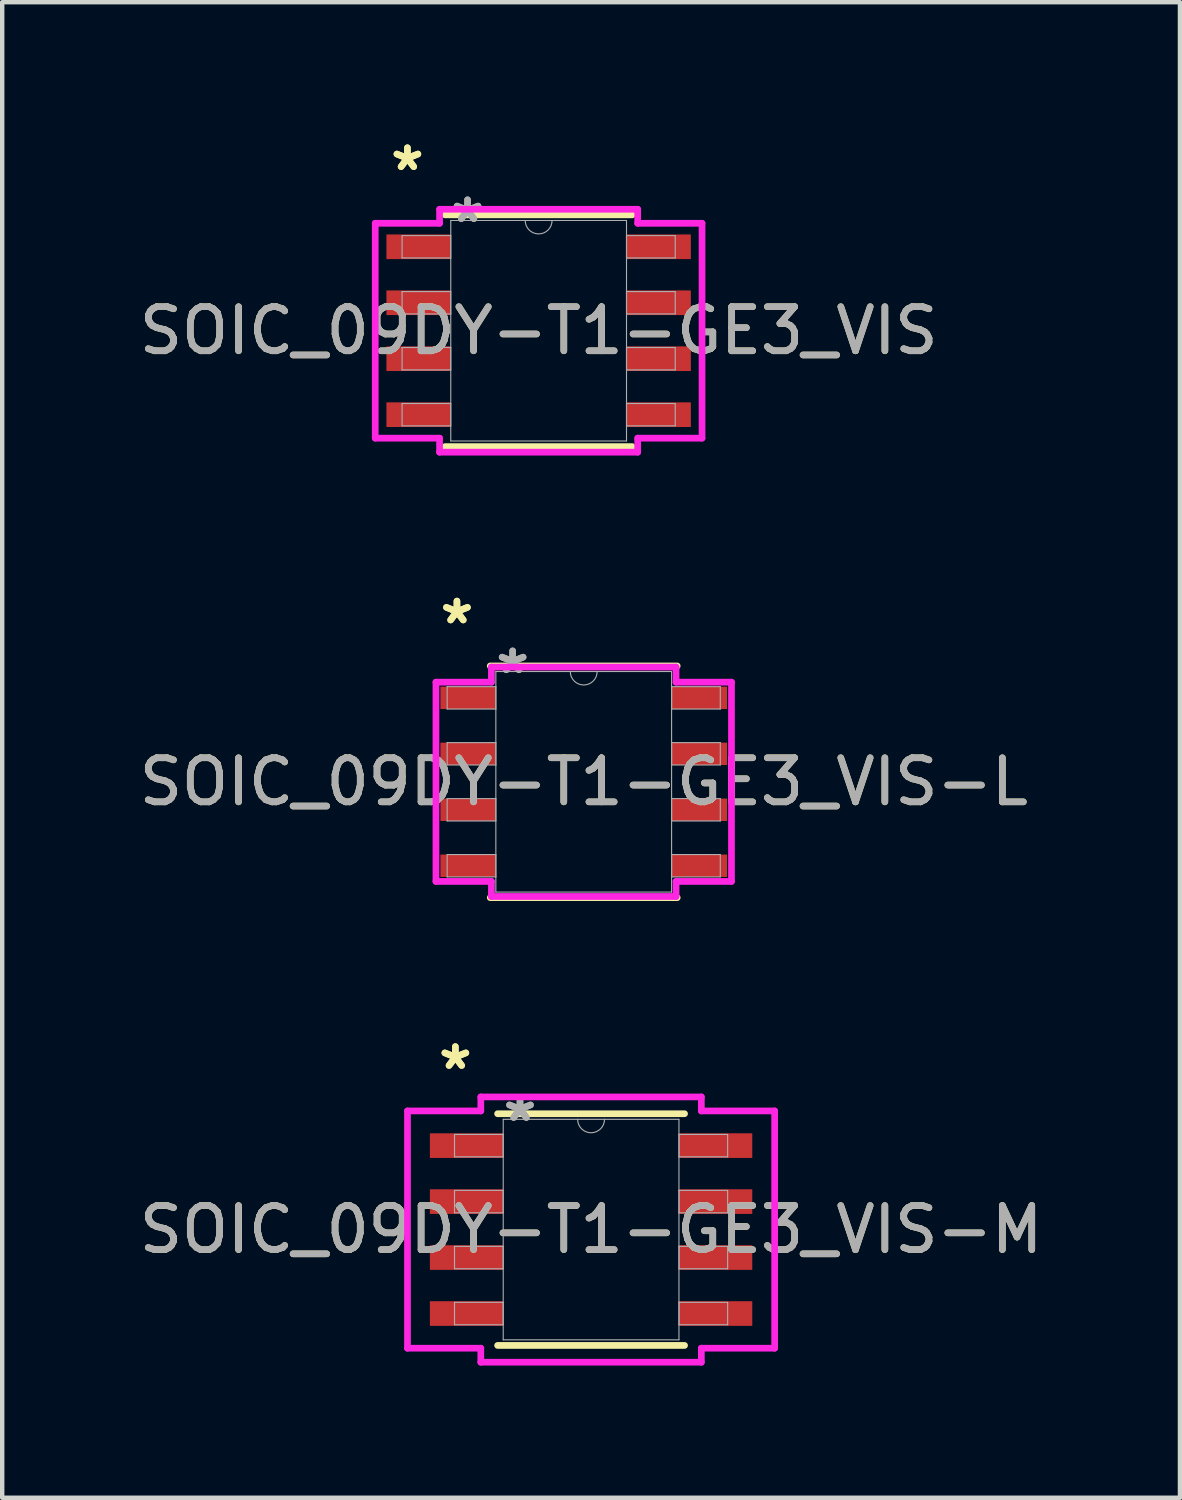
<source format=kicad_pcb>
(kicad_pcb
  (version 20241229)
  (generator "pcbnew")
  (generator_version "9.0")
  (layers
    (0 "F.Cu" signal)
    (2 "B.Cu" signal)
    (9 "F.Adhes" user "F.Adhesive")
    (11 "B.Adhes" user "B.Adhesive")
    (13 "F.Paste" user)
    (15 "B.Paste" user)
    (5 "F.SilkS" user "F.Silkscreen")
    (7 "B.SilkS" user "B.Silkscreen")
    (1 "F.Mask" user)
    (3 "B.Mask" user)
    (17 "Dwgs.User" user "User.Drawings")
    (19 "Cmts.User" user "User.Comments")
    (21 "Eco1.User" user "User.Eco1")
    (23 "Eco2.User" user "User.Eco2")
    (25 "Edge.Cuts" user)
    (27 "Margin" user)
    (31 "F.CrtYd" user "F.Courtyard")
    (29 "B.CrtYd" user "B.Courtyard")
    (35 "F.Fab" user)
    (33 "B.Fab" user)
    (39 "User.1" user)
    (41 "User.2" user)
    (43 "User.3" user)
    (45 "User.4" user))
  (footprint "SOIC_09DY-T1-GE3_VIS-L"
    (layer "F.Cu")
    (at 10.196 14.691)
    (property "Reference" "SOIC_09DY-T1-GE3_VIS-L" (at 0 0 0) (unlocked yes) (layer "F.SilkS") (effects (font (size 1 1) (thickness 0.15))))
    (attr smd)
    (fp_line (start -2.121 2.629) (end 2.121 2.629) (stroke (width 0.152) (type solid)) (layer "F.SilkS"))
    (fp_line (start 2.121 -2.629) (end -2.121 -2.629) (stroke (width 0.152) (type solid)) (layer "F.SilkS"))
    (fp_line (start -3.353 -2.261) (end -2.095 -2.261) (stroke (width 0.152) (type solid)) (layer "F.CrtYd"))
    (fp_line (start -3.353 2.261) (end -3.353 -2.261) (stroke (width 0.152) (type solid)) (layer "F.CrtYd"))
    (fp_line (start -3.353 2.261) (end -2.095 2.261) (stroke (width 0.152) (type solid)) (layer "F.CrtYd"))
    (fp_line (start -2.095 -2.603) (end 2.095 -2.603) (stroke (width 0.152) (type solid)) (layer "F.CrtYd"))
    (fp_line (start -2.095 -2.261) (end -2.095 -2.603) (stroke (width 0.152) (type solid)) (layer "F.CrtYd"))
    (fp_line (start -2.095 2.603) (end -2.095 2.261) (stroke (width 0.152) (type solid)) (layer "F.CrtYd"))
    (fp_line (start 2.095 -2.603) (end 2.095 -2.261) (stroke (width 0.152) (type solid)) (layer "F.CrtYd"))
    (fp_line (start 2.095 2.261) (end 2.095 2.603) (stroke (width 0.152) (type solid)) (layer "F.CrtYd"))
    (fp_line (start 2.095 2.603) (end -2.095 2.603) (stroke (width 0.152) (type solid)) (layer "F.CrtYd"))
    (fp_line (start 3.353 -2.261) (end 2.095 -2.261) (stroke (width 0.152) (type solid)) (layer "F.CrtYd"))
    (fp_line (start 3.353 -2.261) (end 3.353 2.261) (stroke (width 0.152) (type solid)) (layer "F.CrtYd"))
    (fp_line (start 3.353 2.261) (end 2.095 2.261) (stroke (width 0.152) (type solid)) (layer "F.CrtYd"))
    (fp_line (start -3.099 -2.159) (end -3.099 -1.651) (stroke (width 0.025) (type solid)) (layer "F.Fab"))
    (fp_line (start -3.099 -1.651) (end -1.994 -1.651) (stroke (width 0.025) (type solid)) (layer "F.Fab"))
    (fp_line (start -3.099 -0.889) (end -3.099 -0.381) (stroke (width 0.025) (type solid)) (layer "F.Fab"))
    (fp_line (start -3.099 -0.381) (end -1.994 -0.381) (stroke (width 0.025) (type solid)) (layer "F.Fab"))
    (fp_line (start -3.099 0.381) (end -3.099 0.889) (stroke (width 0.025) (type solid)) (layer "F.Fab"))
    (fp_line (start -3.099 0.889) (end -1.994 0.889) (stroke (width 0.025) (type solid)) (layer "F.Fab"))
    (fp_line (start -3.099 1.651) (end -3.099 2.159) (stroke (width 0.025) (type solid)) (layer "F.Fab"))
    (fp_line (start -3.099 2.159) (end -1.994 2.159) (stroke (width 0.025) (type solid)) (layer "F.Fab"))
    (fp_line (start -1.994 -2.502) (end -1.994 2.502) (stroke (width 0.025) (type solid)) (layer "F.Fab"))
    (fp_line (start -1.994 -2.159) (end -3.099 -2.159) (stroke (width 0.025) (type solid)) (layer "F.Fab"))
    (fp_line (start -1.994 -1.651) (end -1.994 -2.159) (stroke (width 0.025) (type solid)) (layer "F.Fab"))
    (fp_line (start -1.994 -0.889) (end -3.099 -0.889) (stroke (width 0.025) (type solid)) (layer "F.Fab"))
    (fp_line (start -1.994 -0.381) (end -1.994 -0.889) (stroke (width 0.025) (type solid)) (layer "F.Fab"))
    (fp_line (start -1.994 0.381) (end -3.099 0.381) (stroke (width 0.025) (type solid)) (layer "F.Fab"))
    (fp_line (start -1.994 0.889) (end -1.994 0.381) (stroke (width 0.025) (type solid)) (layer "F.Fab"))
    (fp_line (start -1.994 1.651) (end -3.099 1.651) (stroke (width 0.025) (type solid)) (layer "F.Fab"))
    (fp_line (start -1.994 2.159) (end -1.994 1.651) (stroke (width 0.025) (type solid)) (layer "F.Fab"))
    (fp_line (start -1.994 2.502) (end 1.994 2.502) (stroke (width 0.025) (type solid)) (layer "F.Fab"))
    (fp_line (start 1.994 -2.502) (end -1.994 -2.502) (stroke (width 0.025) (type solid)) (layer "F.Fab"))
    (fp_line (start 1.994 -2.159) (end 1.994 -1.651) (stroke (width 0.025) (type solid)) (layer "F.Fab"))
    (fp_line (start 1.994 -1.651) (end 3.099 -1.651) (stroke (width 0.025) (type solid)) (layer "F.Fab"))
    (fp_line (start 1.994 -0.889) (end 1.994 -0.381) (stroke (width 0.025) (type solid)) (layer "F.Fab"))
    (fp_line (start 1.994 -0.381) (end 3.099 -0.381) (stroke (width 0.025) (type solid)) (layer "F.Fab"))
    (fp_line (start 1.994 0.381) (end 1.994 0.889) (stroke (width 0.025) (type solid)) (layer "F.Fab"))
    (fp_line (start 1.994 0.889) (end 3.099 0.889) (stroke (width 0.025) (type solid)) (layer "F.Fab"))
    (fp_line (start 1.994 1.651) (end 1.994 2.159) (stroke (width 0.025) (type solid)) (layer "F.Fab"))
    (fp_line (start 1.994 2.159) (end 3.099 2.159) (stroke (width 0.025) (type solid)) (layer "F.Fab"))
    (fp_line (start 1.994 2.502) (end 1.994 -2.502) (stroke (width 0.025) (type solid)) (layer "F.Fab"))
    (fp_line (start 3.099 -2.159) (end 1.994 -2.159) (stroke (width 0.025) (type solid)) (layer "F.Fab"))
    (fp_line (start 3.099 -1.651) (end 3.099 -2.159) (stroke (width 0.025) (type solid)) (layer "F.Fab"))
    (fp_line (start 3.099 -0.889) (end 1.994 -0.889) (stroke (width 0.025) (type solid)) (layer "F.Fab"))
    (fp_line (start 3.099 -0.381) (end 3.099 -0.889) (stroke (width 0.025) (type solid)) (layer "F.Fab"))
    (fp_line (start 3.099 0.381) (end 1.994 0.381) (stroke (width 0.025) (type solid)) (layer "F.Fab"))
    (fp_line (start 3.099 0.889) (end 3.099 0.381) (stroke (width 0.025) (type solid)) (layer "F.Fab"))
    (fp_line (start 3.099 1.651) (end 1.994 1.651) (stroke (width 0.025) (type solid)) (layer "F.Fab"))
    (fp_line (start 3.099 2.159) (end 3.099 1.651) (stroke (width 0.025) (type solid)) (layer "F.Fab"))
    (fp_arc (start 0.3048 -2.5019) (mid 0 -2.1971) (end -0.3048 -2.5019) (stroke (width 0.0254) (type solid)) (layer "F.Fab"))
    (fp_text user "*" (at -2.877 -3.556 0) (unlocked yes) (layer "F.SilkS") (effects (font (size 1 1) (thickness 0.15))))
    (fp_text user "*" (at -2.877 -3.556 0) (layer "F.SilkS") (effects (font (size 1 1) (thickness 0.15))))
    (fp_text user "${REFERENCE}" (at 0 0 0) (unlocked yes) (layer "F.Fab") (effects (font (size 1 1) (thickness 0.15))))
    (fp_text user "*" (at -1.613 -2.426 0) (unlocked yes) (layer "F.Fab") (effects (font (size 1 1) (thickness 0.15))))
    (fp_text user "*" (at -1.613 -2.426 0) (layer "F.Fab") (effects (font (size 1 1) (thickness 0.15))))
    (pad "1" smd rect (at -2.623 -1.905) (size 1.257 0.508) (layers "F.Cu" "F.Mask" "F.Paste"))
    (pad "2" smd rect (at -2.623 -0.635) (size 1.257 0.508) (layers "F.Cu" "F.Mask" "F.Paste"))
    (pad "3" smd rect (at -2.623 0.635) (size 1.257 0.508) (layers "F.Cu" "F.Mask" "F.Paste"))
    (pad "4" smd rect (at -2.623 1.905) (size 1.257 0.508) (layers "F.Cu" "F.Mask" "F.Paste"))
    (pad "5" smd rect (at 2.623 1.905) (size 1.257 0.508) (layers "F.Cu" "F.Mask" "F.Paste"))
    (pad "6" smd rect (at 2.623 0.635) (size 1.257 0.508) (layers "F.Cu" "F.Mask" "F.Paste"))
    (pad "7" smd rect (at 2.623 -0.635) (size 1.257 0.508) (layers "F.Cu" "F.Mask" "F.Paste"))
    (pad "8" smd rect (at 2.623 -1.905) (size 1.257 0.508) (layers "F.Cu" "F.Mask" "F.Paste")))
  (footprint "SOIC_09DY-T1-GE3_VIS-M"
    (layer "F.Cu")
    (at 10.363 24.852)
    (property "Reference" "SOIC_09DY-T1-GE3_VIS-M" (at 0 0 0) (unlocked yes) (layer "F.SilkS") (effects (font (size 1 1) (thickness 0.15))))
    (attr smd)
    (fp_line (start -2.121 2.629) (end 2.121 2.629) (stroke (width 0.152) (type solid)) (layer "F.SilkS"))
    (fp_line (start 2.121 -2.629) (end -2.121 -2.629) (stroke (width 0.152) (type solid)) (layer "F.SilkS"))
    (fp_line (start -4.166 -2.692) (end -2.502 -2.692) (stroke (width 0.152) (type solid)) (layer "F.CrtYd"))
    (fp_line (start -4.166 2.692) (end -4.166 -2.692) (stroke (width 0.152) (type solid)) (layer "F.CrtYd"))
    (fp_line (start -4.166 2.692) (end -2.502 2.692) (stroke (width 0.152) (type solid)) (layer "F.CrtYd"))
    (fp_line (start -2.502 -3.01) (end 2.502 -3.01) (stroke (width 0.152) (type solid)) (layer "F.CrtYd"))
    (fp_line (start -2.502 -2.692) (end -2.502 -3.01) (stroke (width 0.152) (type solid)) (layer "F.CrtYd"))
    (fp_line (start -2.502 3.01) (end -2.502 2.692) (stroke (width 0.152) (type solid)) (layer "F.CrtYd"))
    (fp_line (start 2.502 -3.01) (end 2.502 -2.692) (stroke (width 0.152) (type solid)) (layer "F.CrtYd"))
    (fp_line (start 2.502 2.692) (end 2.502 3.01) (stroke (width 0.152) (type solid)) (layer "F.CrtYd"))
    (fp_line (start 2.502 3.01) (end -2.502 3.01) (stroke (width 0.152) (type solid)) (layer "F.CrtYd"))
    (fp_line (start 4.166 -2.692) (end 2.502 -2.692) (stroke (width 0.152) (type solid)) (layer "F.CrtYd"))
    (fp_line (start 4.166 -2.692) (end 4.166 2.692) (stroke (width 0.152) (type solid)) (layer "F.CrtYd"))
    (fp_line (start 4.166 2.692) (end 2.502 2.692) (stroke (width 0.152) (type solid)) (layer "F.CrtYd"))
    (fp_line (start -3.099 -2.159) (end -3.099 -1.651) (stroke (width 0.025) (type solid)) (layer "F.Fab"))
    (fp_line (start -3.099 -1.651) (end -1.994 -1.651) (stroke (width 0.025) (type solid)) (layer "F.Fab"))
    (fp_line (start -3.099 -0.889) (end -3.099 -0.381) (stroke (width 0.025) (type solid)) (layer "F.Fab"))
    (fp_line (start -3.099 -0.381) (end -1.994 -0.381) (stroke (width 0.025) (type solid)) (layer "F.Fab"))
    (fp_line (start -3.099 0.381) (end -3.099 0.889) (stroke (width 0.025) (type solid)) (layer "F.Fab"))
    (fp_line (start -3.099 0.889) (end -1.994 0.889) (stroke (width 0.025) (type solid)) (layer "F.Fab"))
    (fp_line (start -3.099 1.651) (end -3.099 2.159) (stroke (width 0.025) (type solid)) (layer "F.Fab"))
    (fp_line (start -3.099 2.159) (end -1.994 2.159) (stroke (width 0.025) (type solid)) (layer "F.Fab"))
    (fp_line (start -1.994 -2.502) (end -1.994 2.502) (stroke (width 0.025) (type solid)) (layer "F.Fab"))
    (fp_line (start -1.994 -2.159) (end -3.099 -2.159) (stroke (width 0.025) (type solid)) (layer "F.Fab"))
    (fp_line (start -1.994 -1.651) (end -1.994 -2.159) (stroke (width 0.025) (type solid)) (layer "F.Fab"))
    (fp_line (start -1.994 -0.889) (end -3.099 -0.889) (stroke (width 0.025) (type solid)) (layer "F.Fab"))
    (fp_line (start -1.994 -0.381) (end -1.994 -0.889) (stroke (width 0.025) (type solid)) (layer "F.Fab"))
    (fp_line (start -1.994 0.381) (end -3.099 0.381) (stroke (width 0.025) (type solid)) (layer "F.Fab"))
    (fp_line (start -1.994 0.889) (end -1.994 0.381) (stroke (width 0.025) (type solid)) (layer "F.Fab"))
    (fp_line (start -1.994 1.651) (end -3.099 1.651) (stroke (width 0.025) (type solid)) (layer "F.Fab"))
    (fp_line (start -1.994 2.159) (end -1.994 1.651) (stroke (width 0.025) (type solid)) (layer "F.Fab"))
    (fp_line (start -1.994 2.502) (end 1.994 2.502) (stroke (width 0.025) (type solid)) (layer "F.Fab"))
    (fp_line (start 1.994 -2.502) (end -1.994 -2.502) (stroke (width 0.025) (type solid)) (layer "F.Fab"))
    (fp_line (start 1.994 -2.159) (end 1.994 -1.651) (stroke (width 0.025) (type solid)) (layer "F.Fab"))
    (fp_line (start 1.994 -1.651) (end 3.099 -1.651) (stroke (width 0.025) (type solid)) (layer "F.Fab"))
    (fp_line (start 1.994 -0.889) (end 1.994 -0.381) (stroke (width 0.025) (type solid)) (layer "F.Fab"))
    (fp_line (start 1.994 -0.381) (end 3.099 -0.381) (stroke (width 0.025) (type solid)) (layer "F.Fab"))
    (fp_line (start 1.994 0.381) (end 1.994 0.889) (stroke (width 0.025) (type solid)) (layer "F.Fab"))
    (fp_line (start 1.994 0.889) (end 3.099 0.889) (stroke (width 0.025) (type solid)) (layer "F.Fab"))
    (fp_line (start 1.994 1.651) (end 1.994 2.159) (stroke (width 0.025) (type solid)) (layer "F.Fab"))
    (fp_line (start 1.994 2.159) (end 3.099 2.159) (stroke (width 0.025) (type solid)) (layer "F.Fab"))
    (fp_line (start 1.994 2.502) (end 1.994 -2.502) (stroke (width 0.025) (type solid)) (layer "F.Fab"))
    (fp_line (start 3.099 -2.159) (end 1.994 -2.159) (stroke (width 0.025) (type solid)) (layer "F.Fab"))
    (fp_line (start 3.099 -1.651) (end 3.099 -2.159) (stroke (width 0.025) (type solid)) (layer "F.Fab"))
    (fp_line (start 3.099 -0.889) (end 1.994 -0.889) (stroke (width 0.025) (type solid)) (layer "F.Fab"))
    (fp_line (start 3.099 -0.381) (end 3.099 -0.889) (stroke (width 0.025) (type solid)) (layer "F.Fab"))
    (fp_line (start 3.099 0.381) (end 1.994 0.381) (stroke (width 0.025) (type solid)) (layer "F.Fab"))
    (fp_line (start 3.099 0.889) (end 3.099 0.381) (stroke (width 0.025) (type solid)) (layer "F.Fab"))
    (fp_line (start 3.099 1.651) (end 1.994 1.651) (stroke (width 0.025) (type solid)) (layer "F.Fab"))
    (fp_line (start 3.099 2.159) (end 3.099 1.651) (stroke (width 0.025) (type solid)) (layer "F.Fab"))
    (fp_arc (start 0.3048 -2.5019) (mid 0 -2.1971) (end -0.3048 -2.5019) (stroke (width 0.0254) (type solid)) (layer "F.Fab"))
    (fp_text user "*" (at -3.08 -3.607 0) (layer "F.SilkS") (effects (font (size 1 1) (thickness 0.15))))
    (fp_text user "*" (at -3.08 -3.607 0) (unlocked yes) (layer "F.SilkS") (effects (font (size 1 1) (thickness 0.15))))
    (fp_text user "${REFERENCE}" (at 0 0 0) (unlocked yes) (layer "F.Fab") (effects (font (size 1 1) (thickness 0.15))))
    (fp_text user "*" (at -1.613 -2.426 0) (unlocked yes) (layer "F.Fab") (effects (font (size 1 1) (thickness 0.15))))
    (fp_text user "*" (at -1.613 -2.426 0) (layer "F.Fab") (effects (font (size 1 1) (thickness 0.15))))
    (pad "1" smd rect (at -2.826 -1.905) (size 1.664 0.559) (layers "F.Cu" "F.Mask" "F.Paste"))
    (pad "2" smd rect (at -2.826 -0.635) (size 1.664 0.559) (layers "F.Cu" "F.Mask" "F.Paste"))
    (pad "3" smd rect (at -2.826 0.635) (size 1.664 0.559) (layers "F.Cu" "F.Mask" "F.Paste"))
    (pad "4" smd rect (at -2.826 1.905) (size 1.664 0.559) (layers "F.Cu" "F.Mask" "F.Paste"))
    (pad "5" smd rect (at 2.826 1.905) (size 1.664 0.559) (layers "F.Cu" "F.Mask" "F.Paste"))
    (pad "6" smd rect (at 2.826 0.635) (size 1.664 0.559) (layers "F.Cu" "F.Mask" "F.Paste"))
    (pad "7" smd rect (at 2.826 -0.635) (size 1.664 0.559) (layers "F.Cu" "F.Mask" "F.Paste"))
    (pad "8" smd rect (at 2.826 -1.905) (size 1.664 0.559) (layers "F.Cu" "F.Mask" "F.Paste")))
  (footprint "SOIC_09DY-T1-GE3_VIS"
    (layer "F.Cu")
    (at 9.173 4.455)
    (property "Reference" "SOIC_09DY-T1-GE3_VIS" (at 0 0 0) (unlocked yes) (layer "F.SilkS") (effects (font (size 1 1) (thickness 0.15))))
    (attr smd)
    (fp_line (start -2.121 2.629) (end 2.121 2.629) (stroke (width 0.152) (type solid)) (layer "F.SilkS"))
    (fp_line (start 2.121 -2.629) (end -2.121 -2.629) (stroke (width 0.152) (type solid)) (layer "F.SilkS"))
    (fp_line (start -3.708 -2.438) (end -2.248 -2.438) (stroke (width 0.152) (type solid)) (layer "F.CrtYd"))
    (fp_line (start -3.708 2.438) (end -3.708 -2.438) (stroke (width 0.152) (type solid)) (layer "F.CrtYd"))
    (fp_line (start -3.708 2.438) (end -2.248 2.438) (stroke (width 0.152) (type solid)) (layer "F.CrtYd"))
    (fp_line (start -2.248 -2.756) (end 2.248 -2.756) (stroke (width 0.152) (type solid)) (layer "F.CrtYd"))
    (fp_line (start -2.248 -2.438) (end -2.248 -2.756) (stroke (width 0.152) (type solid)) (layer "F.CrtYd"))
    (fp_line (start -2.248 2.756) (end -2.248 2.438) (stroke (width 0.152) (type solid)) (layer "F.CrtYd"))
    (fp_line (start 2.248 -2.756) (end 2.248 -2.438) (stroke (width 0.152) (type solid)) (layer "F.CrtYd"))
    (fp_line (start 2.248 2.438) (end 2.248 2.756) (stroke (width 0.152) (type solid)) (layer "F.CrtYd"))
    (fp_line (start 2.248 2.756) (end -2.248 2.756) (stroke (width 0.152) (type solid)) (layer "F.CrtYd"))
    (fp_line (start 3.708 -2.438) (end 2.248 -2.438) (stroke (width 0.152) (type solid)) (layer "F.CrtYd"))
    (fp_line (start 3.708 -2.438) (end 3.708 2.438) (stroke (width 0.152) (type solid)) (layer "F.CrtYd"))
    (fp_line (start 3.708 2.438) (end 2.248 2.438) (stroke (width 0.152) (type solid)) (layer "F.CrtYd"))
    (fp_line (start -3.099 -2.159) (end -3.099 -1.651) (stroke (width 0.025) (type solid)) (layer "F.Fab"))
    (fp_line (start -3.099 -1.651) (end -1.994 -1.651) (stroke (width 0.025) (type solid)) (layer "F.Fab"))
    (fp_line (start -3.099 -0.889) (end -3.099 -0.381) (stroke (width 0.025) (type solid)) (layer "F.Fab"))
    (fp_line (start -3.099 -0.381) (end -1.994 -0.381) (stroke (width 0.025) (type solid)) (layer "F.Fab"))
    (fp_line (start -3.099 0.381) (end -3.099 0.889) (stroke (width 0.025) (type solid)) (layer "F.Fab"))
    (fp_line (start -3.099 0.889) (end -1.994 0.889) (stroke (width 0.025) (type solid)) (layer "F.Fab"))
    (fp_line (start -3.099 1.651) (end -3.099 2.159) (stroke (width 0.025) (type solid)) (layer "F.Fab"))
    (fp_line (start -3.099 2.159) (end -1.994 2.159) (stroke (width 0.025) (type solid)) (layer "F.Fab"))
    (fp_line (start -1.994 -2.502) (end -1.994 2.502) (stroke (width 0.025) (type solid)) (layer "F.Fab"))
    (fp_line (start -1.994 -2.159) (end -3.099 -2.159) (stroke (width 0.025) (type solid)) (layer "F.Fab"))
    (fp_line (start -1.994 -1.651) (end -1.994 -2.159) (stroke (width 0.025) (type solid)) (layer "F.Fab"))
    (fp_line (start -1.994 -0.889) (end -3.099 -0.889) (stroke (width 0.025) (type solid)) (layer "F.Fab"))
    (fp_line (start -1.994 -0.381) (end -1.994 -0.889) (stroke (width 0.025) (type solid)) (layer "F.Fab"))
    (fp_line (start -1.994 0.381) (end -3.099 0.381) (stroke (width 0.025) (type solid)) (layer "F.Fab"))
    (fp_line (start -1.994 0.889) (end -1.994 0.381) (stroke (width 0.025) (type solid)) (layer "F.Fab"))
    (fp_line (start -1.994 1.651) (end -3.099 1.651) (stroke (width 0.025) (type solid)) (layer "F.Fab"))
    (fp_line (start -1.994 2.159) (end -1.994 1.651) (stroke (width 0.025) (type solid)) (layer "F.Fab"))
    (fp_line (start -1.994 2.502) (end 1.994 2.502) (stroke (width 0.025) (type solid)) (layer "F.Fab"))
    (fp_line (start 1.994 -2.502) (end -1.994 -2.502) (stroke (width 0.025) (type solid)) (layer "F.Fab"))
    (fp_line (start 1.994 -2.159) (end 1.994 -1.651) (stroke (width 0.025) (type solid)) (layer "F.Fab"))
    (fp_line (start 1.994 -1.651) (end 3.099 -1.651) (stroke (width 0.025) (type solid)) (layer "F.Fab"))
    (fp_line (start 1.994 -0.889) (end 1.994 -0.381) (stroke (width 0.025) (type solid)) (layer "F.Fab"))
    (fp_line (start 1.994 -0.381) (end 3.099 -0.381) (stroke (width 0.025) (type solid)) (layer "F.Fab"))
    (fp_line (start 1.994 0.381) (end 1.994 0.889) (stroke (width 0.025) (type solid)) (layer "F.Fab"))
    (fp_line (start 1.994 0.889) (end 3.099 0.889) (stroke (width 0.025) (type solid)) (layer "F.Fab"))
    (fp_line (start 1.994 1.651) (end 1.994 2.159) (stroke (width 0.025) (type solid)) (layer "F.Fab"))
    (fp_line (start 1.994 2.159) (end 3.099 2.159) (stroke (width 0.025) (type solid)) (layer "F.Fab"))
    (fp_line (start 1.994 2.502) (end 1.994 -2.502) (stroke (width 0.025) (type solid)) (layer "F.Fab"))
    (fp_line (start 3.099 -2.159) (end 1.994 -2.159) (stroke (width 0.025) (type solid)) (layer "F.Fab"))
    (fp_line (start 3.099 -1.651) (end 3.099 -2.159) (stroke (width 0.025) (type solid)) (layer "F.Fab"))
    (fp_line (start 3.099 -0.889) (end 1.994 -0.889) (stroke (width 0.025) (type solid)) (layer "F.Fab"))
    (fp_line (start 3.099 -0.381) (end 3.099 -0.889) (stroke (width 0.025) (type solid)) (layer "F.Fab"))
    (fp_line (start 3.099 0.381) (end 1.994 0.381) (stroke (width 0.025) (type solid)) (layer "F.Fab"))
    (fp_line (start 3.099 0.889) (end 3.099 0.381) (stroke (width 0.025) (type solid)) (layer "F.Fab"))
    (fp_line (start 3.099 1.651) (end 1.994 1.651) (stroke (width 0.025) (type solid)) (layer "F.Fab"))
    (fp_line (start 3.099 2.159) (end 3.099 1.651) (stroke (width 0.025) (type solid)) (layer "F.Fab"))
    (fp_arc (start 0.3048 -2.5019) (mid 0 -2.1971) (end -0.3048 -2.5019) (stroke (width 0.0254) (type solid)) (layer "F.Fab"))
    (fp_text user "*" (at -2.978 -3.607 0) (unlocked yes) (layer "F.SilkS") (effects (font (size 1 1) (thickness 0.15))))
    (fp_text user "*" (at -2.978 -3.607 0) (layer "F.SilkS") (effects (font (size 1 1) (thickness 0.15))))
    (fp_text user "*" (at -1.613 -2.426 0) (layer "F.Fab") (effects (font (size 1 1) (thickness 0.15))))
    (fp_text user "*" (at -1.613 -2.426 0) (unlocked yes) (layer "F.Fab") (effects (font (size 1 1) (thickness 0.15))))
    (fp_text user "${REFERENCE}" (at 0 0 0) (unlocked yes) (layer "F.Fab") (effects (font (size 1 1) (thickness 0.15))))
    (pad "1" smd rect (at -2.724 -1.905) (size 1.46 0.559) (layers "F.Cu" "F.Mask" "F.Paste"))
    (pad "2" smd rect (at -2.724 -0.635) (size 1.46 0.559) (layers "F.Cu" "F.Mask" "F.Paste"))
    (pad "3" smd rect (at -2.724 0.635) (size 1.46 0.559) (layers "F.Cu" "F.Mask" "F.Paste"))
    (pad "4" smd rect (at -2.724 1.905) (size 1.46 0.559) (layers "F.Cu" "F.Mask" "F.Paste"))
    (pad "5" smd rect (at 2.724 1.905) (size 1.46 0.559) (layers "F.Cu" "F.Mask" "F.Paste"))
    (pad "6" smd rect (at 2.724 0.635) (size 1.46 0.559) (layers "F.Cu" "F.Mask" "F.Paste"))
    (pad "7" smd rect (at 2.724 -0.635) (size 1.46 0.559) (layers "F.Cu" "F.Mask" "F.Paste"))
    (pad "8" smd rect (at 2.724 -1.905) (size 1.46 0.559) (layers "F.Cu" "F.Mask" "F.Paste")))
  (gr_rect
    (start -3 -3)
    (end 23.726 30.938)
    (stroke (width 0.1) (type default))
    (fill no)
    (layer "Edge.Cuts")))
</source>
